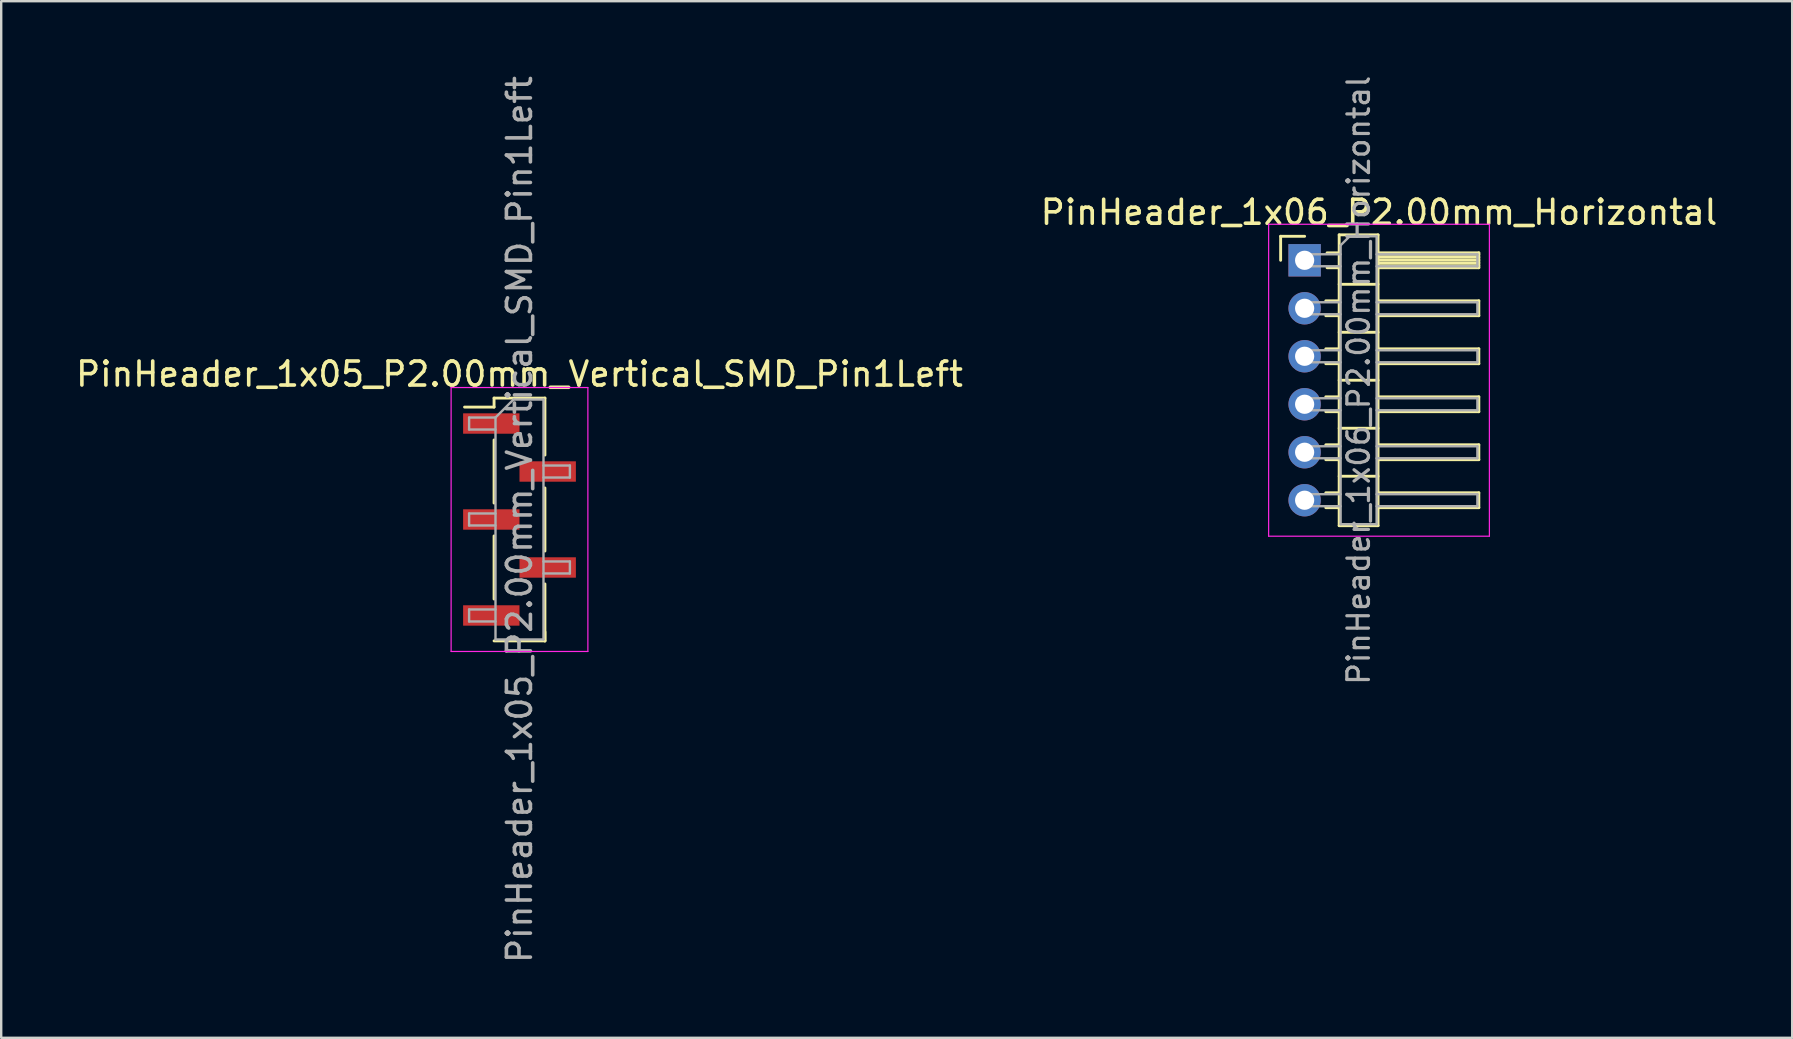
<source format=kicad_pcb>
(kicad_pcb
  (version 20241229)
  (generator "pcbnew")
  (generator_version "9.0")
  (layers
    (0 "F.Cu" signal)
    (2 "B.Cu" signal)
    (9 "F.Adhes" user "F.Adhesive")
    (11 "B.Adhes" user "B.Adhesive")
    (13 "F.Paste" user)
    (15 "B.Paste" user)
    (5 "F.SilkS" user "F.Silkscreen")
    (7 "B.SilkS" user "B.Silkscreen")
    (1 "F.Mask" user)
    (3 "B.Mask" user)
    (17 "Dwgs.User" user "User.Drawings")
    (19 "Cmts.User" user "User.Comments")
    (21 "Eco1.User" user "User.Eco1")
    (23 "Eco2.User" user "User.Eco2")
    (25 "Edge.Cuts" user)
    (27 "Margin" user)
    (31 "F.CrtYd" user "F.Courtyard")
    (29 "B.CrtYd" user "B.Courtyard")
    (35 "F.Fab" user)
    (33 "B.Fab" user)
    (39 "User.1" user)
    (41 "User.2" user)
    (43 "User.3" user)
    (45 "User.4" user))
  (footprint "PinHeader_1x06_P2.00mm_Horizontal"
    (layer "F.Cu")
    (at 51.323 7.798)
    (property "Reference" "PinHeader_1x06_P2.00mm_Horizontal" (at 3.1 -2 0) (layer "F.SilkS") (effects (font (size 1 1) (thickness 0.15))))
    (attr through_hole)
    (fp_line (start -1 -1) (end 0 -1) (stroke (width 0.12) (type solid)) (layer "F.SilkS"))
    (fp_line (start -1 0) (end -1 -1) (stroke (width 0.12) (type solid)) (layer "F.SilkS"))
    (fp_line (start 0.882 1.69) (end 1.44 1.69) (stroke (width 0.12) (type solid)) (layer "F.SilkS"))
    (fp_line (start 0.882 2.31) (end 1.44 2.31) (stroke (width 0.12) (type solid)) (layer "F.SilkS"))
    (fp_line (start 0.882 3.69) (end 1.44 3.69) (stroke (width 0.12) (type solid)) (layer "F.SilkS"))
    (fp_line (start 0.882 4.31) (end 1.44 4.31) (stroke (width 0.12) (type solid)) (layer "F.SilkS"))
    (fp_line (start 0.882 5.69) (end 1.44 5.69) (stroke (width 0.12) (type solid)) (layer "F.SilkS"))
    (fp_line (start 0.882 6.31) (end 1.44 6.31) (stroke (width 0.12) (type solid)) (layer "F.SilkS"))
    (fp_line (start 0.882 7.69) (end 1.44 7.69) (stroke (width 0.12) (type solid)) (layer "F.SilkS"))
    (fp_line (start 0.882 8.31) (end 1.44 8.31) (stroke (width 0.12) (type solid)) (layer "F.SilkS"))
    (fp_line (start 0.882 9.69) (end 1.44 9.69) (stroke (width 0.12) (type solid)) (layer "F.SilkS"))
    (fp_line (start 0.882 10.31) (end 1.44 10.31) (stroke (width 0.12) (type solid)) (layer "F.SilkS"))
    (fp_line (start 0.935 -0.31) (end 1.44 -0.31) (stroke (width 0.12) (type solid)) (layer "F.SilkS"))
    (fp_line (start 0.935 0.31) (end 1.44 0.31) (stroke (width 0.12) (type solid)) (layer "F.SilkS"))
    (fp_line (start 1.44 -1.06) (end 1.44 11.06) (stroke (width 0.12) (type solid)) (layer "F.SilkS"))
    (fp_line (start 1.44 1) (end 3.06 1) (stroke (width 0.12) (type solid)) (layer "F.SilkS"))
    (fp_line (start 1.44 3) (end 3.06 3) (stroke (width 0.12) (type solid)) (layer "F.SilkS"))
    (fp_line (start 1.44 5) (end 3.06 5) (stroke (width 0.12) (type solid)) (layer "F.SilkS"))
    (fp_line (start 1.44 7) (end 3.06 7) (stroke (width 0.12) (type solid)) (layer "F.SilkS"))
    (fp_line (start 1.44 9) (end 3.06 9) (stroke (width 0.12) (type solid)) (layer "F.SilkS"))
    (fp_line (start 1.44 11.06) (end 3.06 11.06) (stroke (width 0.12) (type solid)) (layer "F.SilkS"))
    (fp_line (start 3.06 -1.06) (end 1.44 -1.06) (stroke (width 0.12) (type solid)) (layer "F.SilkS"))
    (fp_line (start 3.06 -0.31) (end 7.26 -0.31) (stroke (width 0.12) (type solid)) (layer "F.SilkS"))
    (fp_line (start 3.06 -0.25) (end 7.26 -0.25) (stroke (width 0.12) (type solid)) (layer "F.SilkS"))
    (fp_line (start 3.06 -0.13) (end 7.26 -0.13) (stroke (width 0.12) (type solid)) (layer "F.SilkS"))
    (fp_line (start 3.06 -0.01) (end 7.26 -0.01) (stroke (width 0.12) (type solid)) (layer "F.SilkS"))
    (fp_line (start 3.06 0.11) (end 7.26 0.11) (stroke (width 0.12) (type solid)) (layer "F.SilkS"))
    (fp_line (start 3.06 0.23) (end 7.26 0.23) (stroke (width 0.12) (type solid)) (layer "F.SilkS"))
    (fp_line (start 3.06 1.69) (end 7.26 1.69) (stroke (width 0.12) (type solid)) (layer "F.SilkS"))
    (fp_line (start 3.06 3.69) (end 7.26 3.69) (stroke (width 0.12) (type solid)) (layer "F.SilkS"))
    (fp_line (start 3.06 5.69) (end 7.26 5.69) (stroke (width 0.12) (type solid)) (layer "F.SilkS"))
    (fp_line (start 3.06 7.69) (end 7.26 7.69) (stroke (width 0.12) (type solid)) (layer "F.SilkS"))
    (fp_line (start 3.06 9.69) (end 7.26 9.69) (stroke (width 0.12) (type solid)) (layer "F.SilkS"))
    (fp_line (start 3.06 11.06) (end 3.06 -1.06) (stroke (width 0.12) (type solid)) (layer "F.SilkS"))
    (fp_line (start 7.26 -0.31) (end 7.26 0.31) (stroke (width 0.12) (type solid)) (layer "F.SilkS"))
    (fp_line (start 7.26 0.31) (end 3.06 0.31) (stroke (width 0.12) (type solid)) (layer "F.SilkS"))
    (fp_line (start 7.26 1.69) (end 7.26 2.31) (stroke (width 0.12) (type solid)) (layer "F.SilkS"))
    (fp_line (start 7.26 2.31) (end 3.06 2.31) (stroke (width 0.12) (type solid)) (layer "F.SilkS"))
    (fp_line (start 7.26 3.69) (end 7.26 4.31) (stroke (width 0.12) (type solid)) (layer "F.SilkS"))
    (fp_line (start 7.26 4.31) (end 3.06 4.31) (stroke (width 0.12) (type solid)) (layer "F.SilkS"))
    (fp_line (start 7.26 5.69) (end 7.26 6.31) (stroke (width 0.12) (type solid)) (layer "F.SilkS"))
    (fp_line (start 7.26 6.31) (end 3.06 6.31) (stroke (width 0.12) (type solid)) (layer "F.SilkS"))
    (fp_line (start 7.26 7.69) (end 7.26 8.31) (stroke (width 0.12) (type solid)) (layer "F.SilkS"))
    (fp_line (start 7.26 8.31) (end 3.06 8.31) (stroke (width 0.12) (type solid)) (layer "F.SilkS"))
    (fp_line (start 7.26 9.69) (end 7.26 10.31) (stroke (width 0.12) (type solid)) (layer "F.SilkS"))
    (fp_line (start 7.26 10.31) (end 3.06 10.31) (stroke (width 0.12) (type solid)) (layer "F.SilkS"))
    (fp_line (start -1.5 -1.5) (end -1.5 11.5) (stroke (width 0.05) (type solid)) (layer "F.CrtYd"))
    (fp_line (start -1.5 11.5) (end 7.7 11.5) (stroke (width 0.05) (type solid)) (layer "F.CrtYd"))
    (fp_line (start 7.7 -1.5) (end -1.5 -1.5) (stroke (width 0.05) (type solid)) (layer "F.CrtYd"))
    (fp_line (start 7.7 11.5) (end 7.7 -1.5) (stroke (width 0.05) (type solid)) (layer "F.CrtYd"))
    (fp_line (start -0.25 -0.25) (end -0.25 0.25) (stroke (width 0.1) (type solid)) (layer "F.Fab"))
    (fp_line (start -0.25 -0.25) (end 1.5 -0.25) (stroke (width 0.1) (type solid)) (layer "F.Fab"))
    (fp_line (start -0.25 0.25) (end 1.5 0.25) (stroke (width 0.1) (type solid)) (layer "F.Fab"))
    (fp_line (start -0.25 1.75) (end -0.25 2.25) (stroke (width 0.1) (type solid)) (layer "F.Fab"))
    (fp_line (start -0.25 1.75) (end 1.5 1.75) (stroke (width 0.1) (type solid)) (layer "F.Fab"))
    (fp_line (start -0.25 2.25) (end 1.5 2.25) (stroke (width 0.1) (type solid)) (layer "F.Fab"))
    (fp_line (start -0.25 3.75) (end -0.25 4.25) (stroke (width 0.1) (type solid)) (layer "F.Fab"))
    (fp_line (start -0.25 3.75) (end 1.5 3.75) (stroke (width 0.1) (type solid)) (layer "F.Fab"))
    (fp_line (start -0.25 4.25) (end 1.5 4.25) (stroke (width 0.1) (type solid)) (layer "F.Fab"))
    (fp_line (start -0.25 5.75) (end -0.25 6.25) (stroke (width 0.1) (type solid)) (layer "F.Fab"))
    (fp_line (start -0.25 5.75) (end 1.5 5.75) (stroke (width 0.1) (type solid)) (layer "F.Fab"))
    (fp_line (start -0.25 6.25) (end 1.5 6.25) (stroke (width 0.1) (type solid)) (layer "F.Fab"))
    (fp_line (start -0.25 7.75) (end -0.25 8.25) (stroke (width 0.1) (type solid)) (layer "F.Fab"))
    (fp_line (start -0.25 7.75) (end 1.5 7.75) (stroke (width 0.1) (type solid)) (layer "F.Fab"))
    (fp_line (start -0.25 8.25) (end 1.5 8.25) (stroke (width 0.1) (type solid)) (layer "F.Fab"))
    (fp_line (start -0.25 9.75) (end -0.25 10.25) (stroke (width 0.1) (type solid)) (layer "F.Fab"))
    (fp_line (start -0.25 9.75) (end 1.5 9.75) (stroke (width 0.1) (type solid)) (layer "F.Fab"))
    (fp_line (start -0.25 10.25) (end 1.5 10.25) (stroke (width 0.1) (type solid)) (layer "F.Fab"))
    (fp_line (start 1.5 -0.625) (end 1.875 -1) (stroke (width 0.1) (type solid)) (layer "F.Fab"))
    (fp_line (start 1.5 11) (end 1.5 -0.625) (stroke (width 0.1) (type solid)) (layer "F.Fab"))
    (fp_line (start 1.875 -1) (end 3 -1) (stroke (width 0.1) (type solid)) (layer "F.Fab"))
    (fp_line (start 3 -1) (end 3 11) (stroke (width 0.1) (type solid)) (layer "F.Fab"))
    (fp_line (start 3 -0.25) (end 7.2 -0.25) (stroke (width 0.1) (type solid)) (layer "F.Fab"))
    (fp_line (start 3 0.25) (end 7.2 0.25) (stroke (width 0.1) (type solid)) (layer "F.Fab"))
    (fp_line (start 3 1.75) (end 7.2 1.75) (stroke (width 0.1) (type solid)) (layer "F.Fab"))
    (fp_line (start 3 2.25) (end 7.2 2.25) (stroke (width 0.1) (type solid)) (layer "F.Fab"))
    (fp_line (start 3 3.75) (end 7.2 3.75) (stroke (width 0.1) (type solid)) (layer "F.Fab"))
    (fp_line (start 3 4.25) (end 7.2 4.25) (stroke (width 0.1) (type solid)) (layer "F.Fab"))
    (fp_line (start 3 5.75) (end 7.2 5.75) (stroke (width 0.1) (type solid)) (layer "F.Fab"))
    (fp_line (start 3 6.25) (end 7.2 6.25) (stroke (width 0.1) (type solid)) (layer "F.Fab"))
    (fp_line (start 3 7.75) (end 7.2 7.75) (stroke (width 0.1) (type solid)) (layer "F.Fab"))
    (fp_line (start 3 8.25) (end 7.2 8.25) (stroke (width 0.1) (type solid)) (layer "F.Fab"))
    (fp_line (start 3 9.75) (end 7.2 9.75) (stroke (width 0.1) (type solid)) (layer "F.Fab"))
    (fp_line (start 3 10.25) (end 7.2 10.25) (stroke (width 0.1) (type solid)) (layer "F.Fab"))
    (fp_line (start 3 11) (end 1.5 11) (stroke (width 0.1) (type solid)) (layer "F.Fab"))
    (fp_line (start 7.2 -0.25) (end 7.2 0.25) (stroke (width 0.1) (type solid)) (layer "F.Fab"))
    (fp_line (start 7.2 1.75) (end 7.2 2.25) (stroke (width 0.1) (type solid)) (layer "F.Fab"))
    (fp_line (start 7.2 3.75) (end 7.2 4.25) (stroke (width 0.1) (type solid)) (layer "F.Fab"))
    (fp_line (start 7.2 5.75) (end 7.2 6.25) (stroke (width 0.1) (type solid)) (layer "F.Fab"))
    (fp_line (start 7.2 7.75) (end 7.2 8.25) (stroke (width 0.1) (type solid)) (layer "F.Fab"))
    (fp_line (start 7.2 9.75) (end 7.2 10.25) (stroke (width 0.1) (type solid)) (layer "F.Fab"))
    (fp_text user "${REFERENCE}" (at 2.25 5 90) (layer "F.Fab") (effects (font (size 0.9 0.9) (thickness 0.135))))
    (pad "1" thru_hole rect (at 0 0) (size 1.35 1.35) (drill 0.8) (layers "*.Cu" "*.Mask"))
    (pad "2" thru_hole oval (at 0 2) (size 1.35 1.35) (drill 0.8) (layers "*.Cu" "*.Mask"))
    (pad "3" thru_hole oval (at 0 4) (size 1.35 1.35) (drill 0.8) (layers "*.Cu" "*.Mask"))
    (pad "4" thru_hole oval (at 0 6) (size 1.35 1.35) (drill 0.8) (layers "*.Cu" "*.Mask"))
    (pad "5" thru_hole oval (at 0 8) (size 1.35 1.35) (drill 0.8) (layers "*.Cu" "*.Mask"))
    (pad "6" thru_hole oval (at 0 10) (size 1.35 1.35) (drill 0.8) (layers "*.Cu" "*.Mask")))
  (footprint "PinHeader_1x05_P2.00mm_Vertical_SMD_Pin1Left"
    (layer "F.Cu")
    (at 18.601 18.601)
    (property "Reference" "PinHeader_1x05_P2.00mm_Vertical_SMD_Pin1Left" (at 0 -6.06 0) (layer "F.SilkS") (effects (font (size 1 1) (thickness 0.15))))
    (attr smd)
    (fp_line (start -1.06 -5.06) (end -1.06 -4.685) (stroke (width 0.12) (type solid)) (layer "F.SilkS"))
    (fp_line (start -1.06 -5.06) (end 1.06 -5.06) (stroke (width 0.12) (type solid)) (layer "F.SilkS"))
    (fp_line (start -1.06 -4.685) (end -2.29 -4.685) (stroke (width 0.12) (type solid)) (layer "F.SilkS"))
    (fp_line (start -1.06 -3.315) (end -1.06 -0.685) (stroke (width 0.12) (type solid)) (layer "F.SilkS"))
    (fp_line (start -1.06 0.685) (end -1.06 3.315) (stroke (width 0.12) (type solid)) (layer "F.SilkS"))
    (fp_line (start -1.06 5.06) (end 1.06 5.06) (stroke (width 0.12) (type solid)) (layer "F.SilkS"))
    (fp_line (start 1.06 -5.06) (end 1.06 -2.685) (stroke (width 0.12) (type solid)) (layer "F.SilkS"))
    (fp_line (start 1.06 -1.315) (end 1.06 1.315) (stroke (width 0.12) (type solid)) (layer "F.SilkS"))
    (fp_line (start 1.06 2.685) (end 1.06 5.06) (stroke (width 0.12) (type solid)) (layer "F.SilkS"))
    (fp_line (start 1.06 4.685) (end 1.06 5.06) (stroke (width 0.12) (type solid)) (layer "F.SilkS"))
    (fp_line (start -2.85 -5.5) (end -2.85 5.5) (stroke (width 0.05) (type solid)) (layer "F.CrtYd"))
    (fp_line (start -2.85 5.5) (end 2.85 5.5) (stroke (width 0.05) (type solid)) (layer "F.CrtYd"))
    (fp_line (start 2.85 -5.5) (end -2.85 -5.5) (stroke (width 0.05) (type solid)) (layer "F.CrtYd"))
    (fp_line (start 2.85 5.5) (end 2.85 -5.5) (stroke (width 0.05) (type solid)) (layer "F.CrtYd"))
    (fp_line (start -2.1 -4.25) (end -2.1 -3.75) (stroke (width 0.1) (type solid)) (layer "F.Fab"))
    (fp_line (start -2.1 -3.75) (end -1 -3.75) (stroke (width 0.1) (type solid)) (layer "F.Fab"))
    (fp_line (start -2.1 -0.25) (end -2.1 0.25) (stroke (width 0.1) (type solid)) (layer "F.Fab"))
    (fp_line (start -2.1 0.25) (end -1 0.25) (stroke (width 0.1) (type solid)) (layer "F.Fab"))
    (fp_line (start -2.1 3.75) (end -2.1 4.25) (stroke (width 0.1) (type solid)) (layer "F.Fab"))
    (fp_line (start -2.1 4.25) (end -1 4.25) (stroke (width 0.1) (type solid)) (layer "F.Fab"))
    (fp_line (start -1 -4.25) (end -2.1 -4.25) (stroke (width 0.1) (type solid)) (layer "F.Fab"))
    (fp_line (start -1 -4.25) (end -0.25 -5) (stroke (width 0.1) (type solid)) (layer "F.Fab"))
    (fp_line (start -1 -0.25) (end -2.1 -0.25) (stroke (width 0.1) (type solid)) (layer "F.Fab"))
    (fp_line (start -1 3.75) (end -2.1 3.75) (stroke (width 0.1) (type solid)) (layer "F.Fab"))
    (fp_line (start -1 5) (end -1 -4.25) (stroke (width 0.1) (type solid)) (layer "F.Fab"))
    (fp_line (start -0.25 -5) (end 1 -5) (stroke (width 0.1) (type solid)) (layer "F.Fab"))
    (fp_line (start 1 -5) (end 1 5) (stroke (width 0.1) (type solid)) (layer "F.Fab"))
    (fp_line (start 1 -2.25) (end 2.1 -2.25) (stroke (width 0.1) (type solid)) (layer "F.Fab"))
    (fp_line (start 1 1.75) (end 2.1 1.75) (stroke (width 0.1) (type solid)) (layer "F.Fab"))
    (fp_line (start 1 5) (end -1 5) (stroke (width 0.1) (type solid)) (layer "F.Fab"))
    (fp_line (start 2.1 -2.25) (end 2.1 -1.75) (stroke (width 0.1) (type solid)) (layer "F.Fab"))
    (fp_line (start 2.1 -1.75) (end 1 -1.75) (stroke (width 0.1) (type solid)) (layer "F.Fab"))
    (fp_line (start 2.1 1.75) (end 2.1 2.25) (stroke (width 0.1) (type solid)) (layer "F.Fab"))
    (fp_line (start 2.1 2.25) (end 1 2.25) (stroke (width 0.1) (type solid)) (layer "F.Fab"))
    (fp_text user "${REFERENCE}" (at 0 0 90) (layer "F.Fab") (effects (font (size 1 1) (thickness 0.15))))
    (pad "1" smd rect (at -1.175 -4) (size 2.35 0.85) (layers "F.Cu" "F.Mask" "F.Paste"))
    (pad "2" smd rect (at 1.175 -2) (size 2.35 0.85) (layers "F.Cu" "F.Mask" "F.Paste"))
    (pad "3" smd rect (at -1.175 0) (size 2.35 0.85) (layers "F.Cu" "F.Mask" "F.Paste"))
    (pad "4" smd rect (at 1.175 2) (size 2.35 0.85) (layers "F.Cu" "F.Mask" "F.Paste"))
    (pad "5" smd rect (at -1.175 4) (size 2.35 0.85) (layers "F.Cu" "F.Mask" "F.Paste")))
  (gr_rect
    (start -3 -3)
    (end 71.643 40.202)
    (stroke (width 0.1) (type default))
    (fill no)
    (layer "Edge.Cuts")))
</source>
